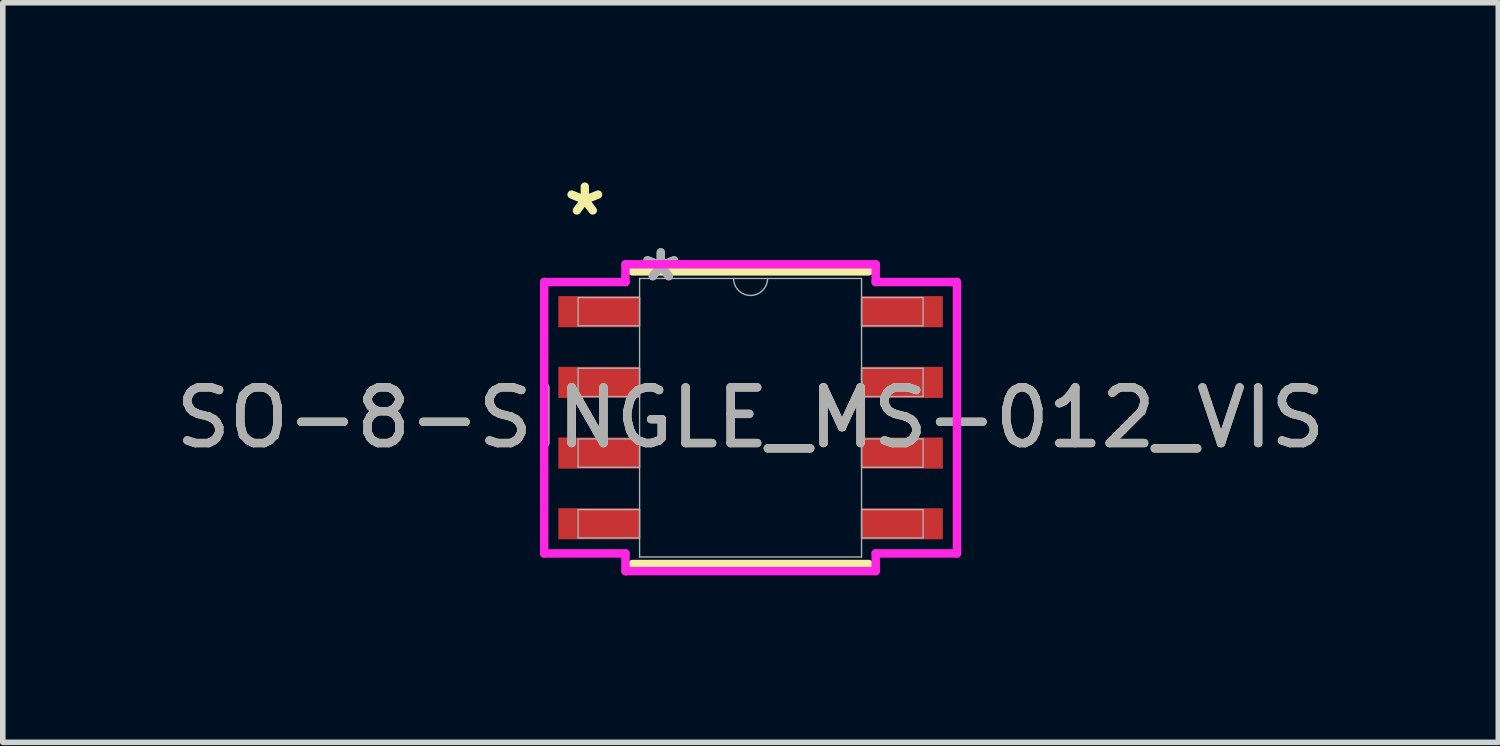
<source format=kicad_pcb>
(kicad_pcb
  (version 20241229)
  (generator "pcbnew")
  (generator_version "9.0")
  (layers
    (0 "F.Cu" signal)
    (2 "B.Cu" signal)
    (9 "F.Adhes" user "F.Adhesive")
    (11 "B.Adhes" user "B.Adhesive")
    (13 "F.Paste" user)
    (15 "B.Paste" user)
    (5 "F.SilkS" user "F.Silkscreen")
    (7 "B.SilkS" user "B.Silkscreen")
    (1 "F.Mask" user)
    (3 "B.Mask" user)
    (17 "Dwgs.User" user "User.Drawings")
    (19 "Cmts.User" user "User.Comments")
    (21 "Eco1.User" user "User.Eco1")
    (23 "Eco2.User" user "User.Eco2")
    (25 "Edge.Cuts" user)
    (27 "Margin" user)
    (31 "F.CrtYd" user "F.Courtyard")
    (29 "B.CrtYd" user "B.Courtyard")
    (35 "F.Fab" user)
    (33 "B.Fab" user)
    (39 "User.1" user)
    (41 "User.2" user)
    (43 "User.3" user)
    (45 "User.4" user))
  (footprint "SO-8-SINGLE_MS-012_VIS"
    (layer "F.Cu")
    (at 10.435 4.455)
    (property "Reference" "SO-8-SINGLE_MS-012_VIS" (at 0 0 0) (unlocked yes) (layer "F.SilkS") (effects (font (size 1 1) (thickness 0.15))))
    (attr smd)
    (fp_line (start -2.121 2.629) (end 2.121 2.629) (stroke (width 0.152) (type solid)) (layer "F.SilkS"))
    (fp_line (start 2.121 -2.629) (end -2.121 -2.629) (stroke (width 0.152) (type solid)) (layer "F.SilkS"))
    (fp_line (start -3.708 -2.438) (end -2.248 -2.438) (stroke (width 0.152) (type solid)) (layer "F.CrtYd"))
    (fp_line (start -3.708 2.438) (end -3.708 -2.438) (stroke (width 0.152) (type solid)) (layer "F.CrtYd"))
    (fp_line (start -3.708 2.438) (end -2.248 2.438) (stroke (width 0.152) (type solid)) (layer "F.CrtYd"))
    (fp_line (start -2.248 -2.756) (end 2.248 -2.756) (stroke (width 0.152) (type solid)) (layer "F.CrtYd"))
    (fp_line (start -2.248 -2.438) (end -2.248 -2.756) (stroke (width 0.152) (type solid)) (layer "F.CrtYd"))
    (fp_line (start -2.248 2.756) (end -2.248 2.438) (stroke (width 0.152) (type solid)) (layer "F.CrtYd"))
    (fp_line (start 2.248 -2.756) (end 2.248 -2.438) (stroke (width 0.152) (type solid)) (layer "F.CrtYd"))
    (fp_line (start 2.248 2.438) (end 2.248 2.756) (stroke (width 0.152) (type solid)) (layer "F.CrtYd"))
    (fp_line (start 2.248 2.756) (end -2.248 2.756) (stroke (width 0.152) (type solid)) (layer "F.CrtYd"))
    (fp_line (start 3.708 -2.438) (end 2.248 -2.438) (stroke (width 0.152) (type solid)) (layer "F.CrtYd"))
    (fp_line (start 3.708 -2.438) (end 3.708 2.438) (stroke (width 0.152) (type solid)) (layer "F.CrtYd"))
    (fp_line (start 3.708 2.438) (end 2.248 2.438) (stroke (width 0.152) (type solid)) (layer "F.CrtYd"))
    (fp_line (start -3.099 -2.159) (end -3.099 -1.651) (stroke (width 0.025) (type solid)) (layer "F.Fab"))
    (fp_line (start -3.099 -1.651) (end -1.994 -1.651) (stroke (width 0.025) (type solid)) (layer "F.Fab"))
    (fp_line (start -3.099 -0.889) (end -3.099 -0.381) (stroke (width 0.025) (type solid)) (layer "F.Fab"))
    (fp_line (start -3.099 -0.381) (end -1.994 -0.381) (stroke (width 0.025) (type solid)) (layer "F.Fab"))
    (fp_line (start -3.099 0.381) (end -3.099 0.889) (stroke (width 0.025) (type solid)) (layer "F.Fab"))
    (fp_line (start -3.099 0.889) (end -1.994 0.889) (stroke (width 0.025) (type solid)) (layer "F.Fab"))
    (fp_line (start -3.099 1.651) (end -3.099 2.159) (stroke (width 0.025) (type solid)) (layer "F.Fab"))
    (fp_line (start -3.099 2.159) (end -1.994 2.159) (stroke (width 0.025) (type solid)) (layer "F.Fab"))
    (fp_line (start -1.994 -2.502) (end -1.994 2.502) (stroke (width 0.025) (type solid)) (layer "F.Fab"))
    (fp_line (start -1.994 -2.159) (end -3.099 -2.159) (stroke (width 0.025) (type solid)) (layer "F.Fab"))
    (fp_line (start -1.994 -1.651) (end -1.994 -2.159) (stroke (width 0.025) (type solid)) (layer "F.Fab"))
    (fp_line (start -1.994 -0.889) (end -3.099 -0.889) (stroke (width 0.025) (type solid)) (layer "F.Fab"))
    (fp_line (start -1.994 -0.381) (end -1.994 -0.889) (stroke (width 0.025) (type solid)) (layer "F.Fab"))
    (fp_line (start -1.994 0.381) (end -3.099 0.381) (stroke (width 0.025) (type solid)) (layer "F.Fab"))
    (fp_line (start -1.994 0.889) (end -1.994 0.381) (stroke (width 0.025) (type solid)) (layer "F.Fab"))
    (fp_line (start -1.994 1.651) (end -3.099 1.651) (stroke (width 0.025) (type solid)) (layer "F.Fab"))
    (fp_line (start -1.994 2.159) (end -1.994 1.651) (stroke (width 0.025) (type solid)) (layer "F.Fab"))
    (fp_line (start -1.994 2.502) (end 1.994 2.502) (stroke (width 0.025) (type solid)) (layer "F.Fab"))
    (fp_line (start 1.994 -2.502) (end -1.994 -2.502) (stroke (width 0.025) (type solid)) (layer "F.Fab"))
    (fp_line (start 1.994 -2.159) (end 1.994 -1.651) (stroke (width 0.025) (type solid)) (layer "F.Fab"))
    (fp_line (start 1.994 -1.651) (end 3.099 -1.651) (stroke (width 0.025) (type solid)) (layer "F.Fab"))
    (fp_line (start 1.994 -0.889) (end 1.994 -0.381) (stroke (width 0.025) (type solid)) (layer "F.Fab"))
    (fp_line (start 1.994 -0.381) (end 3.099 -0.381) (stroke (width 0.025) (type solid)) (layer "F.Fab"))
    (fp_line (start 1.994 0.381) (end 1.994 0.889) (stroke (width 0.025) (type solid)) (layer "F.Fab"))
    (fp_line (start 1.994 0.889) (end 3.099 0.889) (stroke (width 0.025) (type solid)) (layer "F.Fab"))
    (fp_line (start 1.994 1.651) (end 1.994 2.159) (stroke (width 0.025) (type solid)) (layer "F.Fab"))
    (fp_line (start 1.994 2.159) (end 3.099 2.159) (stroke (width 0.025) (type solid)) (layer "F.Fab"))
    (fp_line (start 1.994 2.502) (end 1.994 -2.502) (stroke (width 0.025) (type solid)) (layer "F.Fab"))
    (fp_line (start 3.099 -2.159) (end 1.994 -2.159) (stroke (width 0.025) (type solid)) (layer "F.Fab"))
    (fp_line (start 3.099 -1.651) (end 3.099 -2.159) (stroke (width 0.025) (type solid)) (layer "F.Fab"))
    (fp_line (start 3.099 -0.889) (end 1.994 -0.889) (stroke (width 0.025) (type solid)) (layer "F.Fab"))
    (fp_line (start 3.099 -0.381) (end 3.099 -0.889) (stroke (width 0.025) (type solid)) (layer "F.Fab"))
    (fp_line (start 3.099 0.381) (end 1.994 0.381) (stroke (width 0.025) (type solid)) (layer "F.Fab"))
    (fp_line (start 3.099 0.889) (end 3.099 0.381) (stroke (width 0.025) (type solid)) (layer "F.Fab"))
    (fp_line (start 3.099 1.651) (end 1.994 1.651) (stroke (width 0.025) (type solid)) (layer "F.Fab"))
    (fp_line (start 3.099 2.159) (end 3.099 1.651) (stroke (width 0.025) (type solid)) (layer "F.Fab"))
    (fp_arc (start 0.3048 -2.5019) (mid 0 -2.1971) (end -0.3048 -2.5019) (stroke (width 0.0254) (type solid)) (layer "F.Fab"))
    (fp_text user "*" (at -2.978 -3.607 0) (unlocked yes) (layer "F.SilkS") (effects (font (size 1 1) (thickness 0.15))))
    (fp_text user "${REFERENCE}" (at 0 0 0) (unlocked yes) (layer "F.Fab") (effects (font (size 1 1) (thickness 0.15))))
    (fp_text user "*" (at -1.613 -2.426 0) (layer "F.Fab") (effects (font (size 1 1) (thickness 0.15))))
    (fp_text user "*" (at -1.613 -2.426 0) (unlocked yes) (layer "F.Fab") (effects (font (size 1 1) (thickness 0.15))))
    (pad "1" smd rect (at 2.724 -1.905) (size 1.46 0.559) (layers "F.Cu" "F.Mask" "F.Paste"))
    (pad "1" smd rect (at 2.724 -0.635) (size 1.46 0.559) (layers "F.Cu" "F.Mask" "F.Paste"))
    (pad "1" smd rect (at 2.724 0.635) (size 1.46 0.559) (layers "F.Cu" "F.Mask" "F.Paste"))
    (pad "1" smd rect (at 2.724 1.905) (size 1.46 0.559) (layers "F.Cu" "F.Mask" "F.Paste"))
    (pad "2" smd rect (at -2.724 1.905) (size 1.46 0.559) (layers "F.Cu" "F.Mask" "F.Paste"))
    (pad "3" smd rect (at -2.724 -1.905) (size 1.46 0.559) (layers "F.Cu" "F.Mask" "F.Paste"))
    (pad "3" smd rect (at -2.724 -0.635) (size 1.46 0.559) (layers "F.Cu" "F.Mask" "F.Paste"))
    (pad "3" smd rect (at -2.724 0.635) (size 1.46 0.559) (layers "F.Cu" "F.Mask" "F.Paste")))
  (gr_rect
    (start -3 -3)
    (end 23.869 10.287)
    (stroke (width 0.1) (type default))
    (fill no)
    (layer "Edge.Cuts")))
</source>
